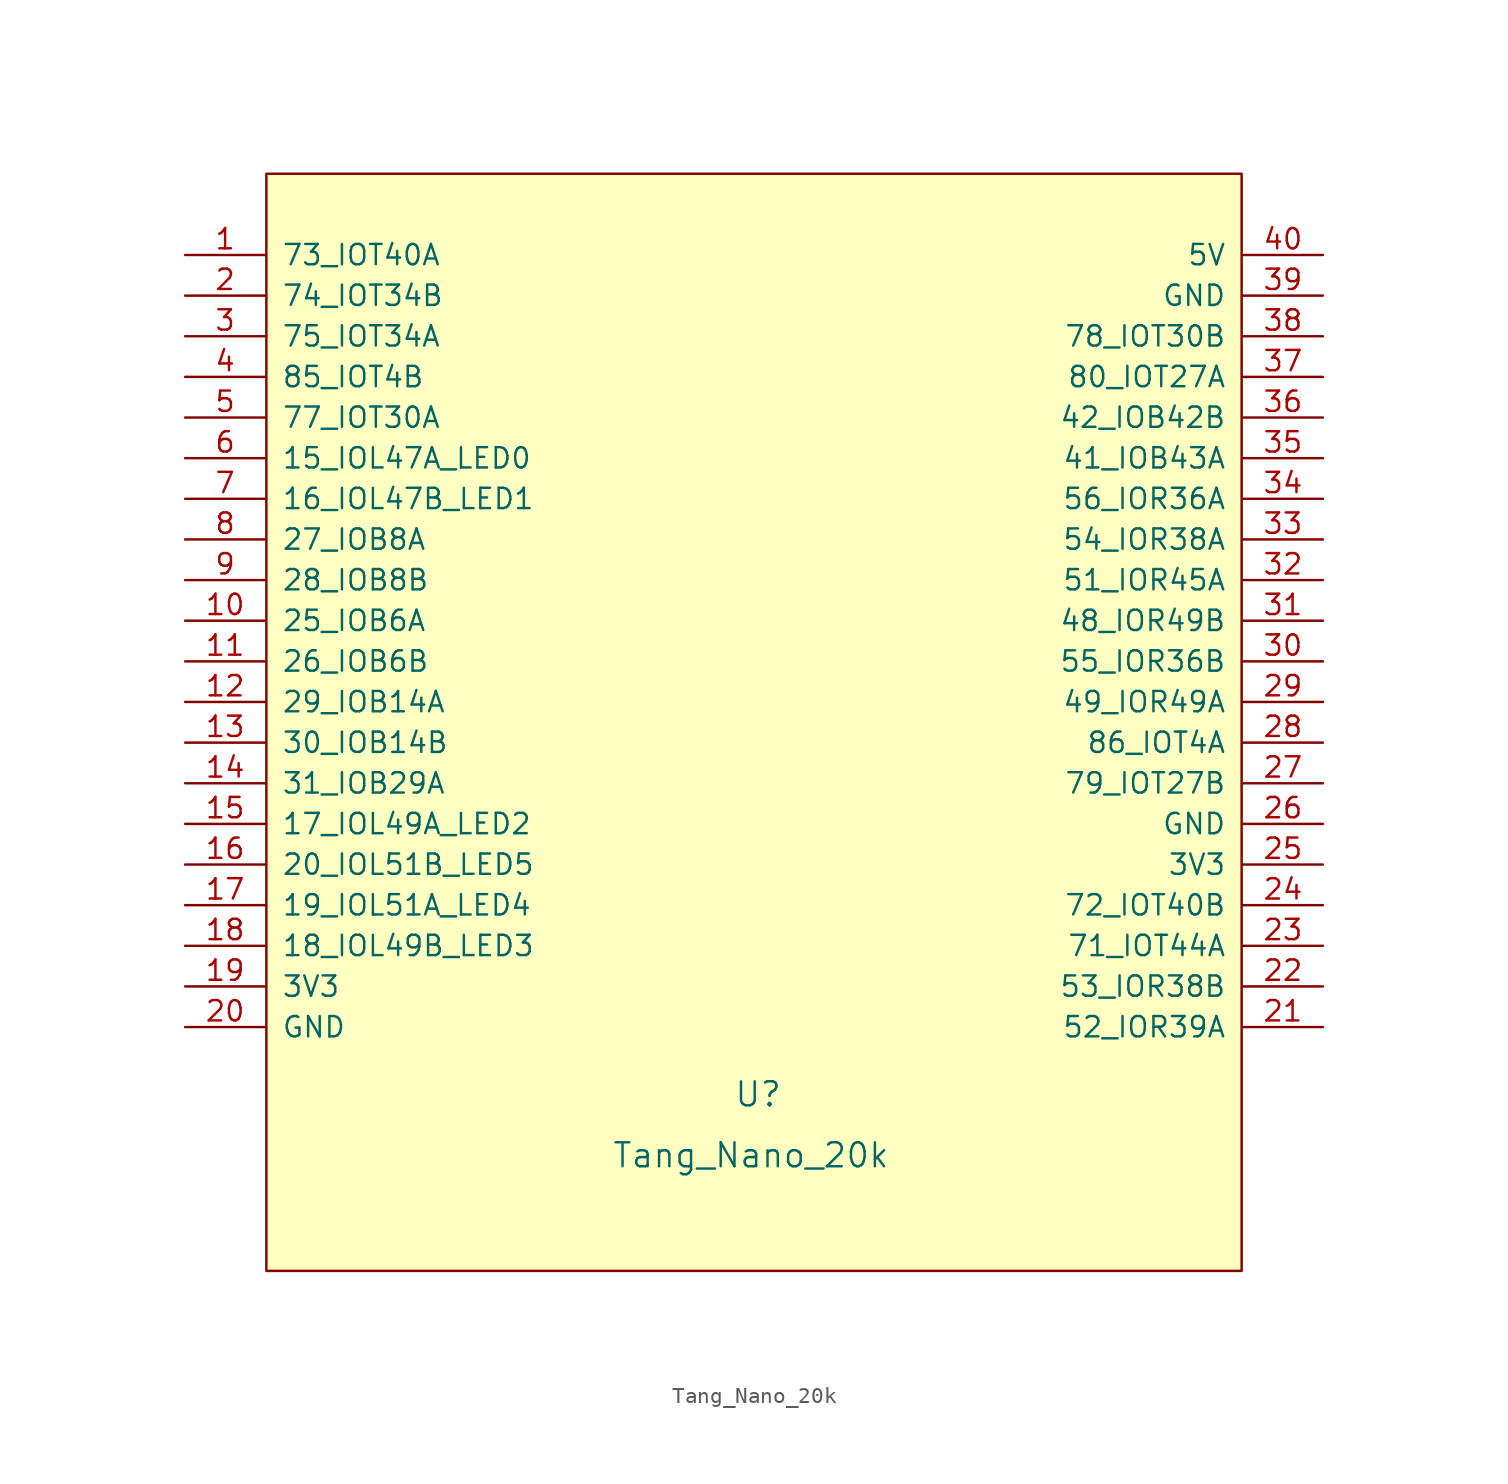
<source format=kicad_sym>
(kicad_symbol_lib
  (version 20220914)
  (generator kicad_symbol_editor)
  (symbol "Tang_Nano_20k"
    (pin_names
      (offset 1.016))
    (property "Reference" "U"
      (at -1.27 -25.4 0)
      (effects (font (size 1.499 1.499)) (justify left bottom)))
    (property "Value" "Tang_Nano_20k"
      (at -8.89 -29.21 0)
      (effects (font (size 1.499 1.499)) (justify left bottom)))
    (symbol "Tang_Nano_20k_1_0"
      (pin bidirectional line (at -35.56 27.94 0) (length 5) (name "73_IOT40A" (effects (font (size 1.27 1.27)))) (number "1" (effects (font (size 1.27 1.27)))))
      (pin bidirectional line (at -35.56 5.08 0) (length 5) (name "25_IOB6A" (effects (font (size 1.27 1.27)))) (number "10" (effects (font (size 1.27 1.27)))))
      (pin bidirectional line (at -35.56 2.54 0) (length 5) (name "26_IOB6B" (effects (font (size 1.27 1.27)))) (number "11" (effects (font (size 1.27 1.27)))))
      (pin bidirectional line (at -35.56 0 0) (length 5) (name "29_IOB14A" (effects (font (size 1.27 1.27)))) (number "12" (effects (font (size 1.27 1.27)))))
      (pin bidirectional line (at -35.56 -2.54 0) (length 5) (name "30_IOB14B" (effects (font (size 1.27 1.27)))) (number "13" (effects (font (size 1.27 1.27)))))
      (pin bidirectional line (at -35.56 -5.08 0) (length 5) (name "31_IOB29A" (effects (font (size 1.27 1.27)))) (number "14" (effects (font (size 1.27 1.27)))))
      (pin bidirectional line (at -35.56 -7.62 0) (length 5) (name "17_IOL49A_LED2" (effects (font (size 1.27 1.27)))) (number "15" (effects (font (size 1.27 1.27)))))
      (pin bidirectional line (at -35.56 -10.16 0) (length 5) (name "20_IOL51B_LED5" (effects (font (size 1.27 1.27)))) (number "16" (effects (font (size 1.27 1.27)))))
      (pin bidirectional line (at -35.56 -12.7 0) (length 5) (name "19_IOL51A_LED4" (effects (font (size 1.27 1.27)))) (number "17" (effects (font (size 1.27 1.27)))))
      (pin bidirectional line (at -35.56 -15.24 0) (length 5) (name "18_IOL49B_LED3" (effects (font (size 1.27 1.27)))) (number "18" (effects (font (size 1.27 1.27)))))
      (pin bidirectional line (at -35.56 -17.78 0) (length 5) (name "3V3" (effects (font (size 1.27 1.27)))) (number "19" (effects (font (size 1.27 1.27)))))
      (pin bidirectional line (at -35.56 25.4 0) (length 5) (name "74_IOT34B" (effects (font (size 1.27 1.27)))) (number "2" (effects (font (size 1.27 1.27)))))
      (pin bidirectional line (at -35.56 -20.32 0) (length 5) (name "GND" (effects (font (size 1.27 1.27)))) (number "20" (effects (font (size 1.27 1.27)))))
      (pin bidirectional line (at 35.56 -20.32 180) (length 5) (name "52_IOR39A" (effects (font (size 1.27 1.27)))) (number "21" (effects (font (size 1.27 1.27)))))
      (pin bidirectional line (at 35.56 -17.78 180) (length 5) (name "53_IOR38B" (effects (font (size 1.27 1.27)))) (number "22" (effects (font (size 1.27 1.27)))))
      (pin bidirectional line (at 35.56 -15.24 180) (length 5) (name "71_IOT44A" (effects (font (size 1.27 1.27)))) (number "23" (effects (font (size 1.27 1.27)))))
      (pin bidirectional line (at 35.56 -12.7 180) (length 5) (name "72_IOT40B" (effects (font (size 1.27 1.27)))) (number "24" (effects (font (size 1.27 1.27)))))
      (pin bidirectional line (at 35.56 -10.16 180) (length 5) (name "3V3" (effects (font (size 1.27 1.27)))) (number "25" (effects (font (size 1.27 1.27)))))
      (pin bidirectional line (at 35.56 -7.62 180) (length 5) (name "GND" (effects (font (size 1.27 1.27)))) (number "26" (effects (font (size 1.27 1.27)))))
      (pin bidirectional line (at 35.56 -5.08 180) (length 5) (name "79_IOT27B" (effects (font (size 1.27 1.27)))) (number "27" (effects (font (size 1.27 1.27)))))
      (pin bidirectional line (at 35.56 -2.54 180) (length 5) (name "86_IOT4A" (effects (font (size 1.27 1.27)))) (number "28" (effects (font (size 1.27 1.27)))))
      (pin bidirectional line (at 35.56 0 180) (length 5) (name "49_IOR49A" (effects (font (size 1.27 1.27)))) (number "29" (effects (font (size 1.27 1.27)))))
      (pin bidirectional line (at -35.56 22.86 0) (length 5) (name "75_IOT34A" (effects (font (size 1.27 1.27)))) (number "3" (effects (font (size 1.27 1.27)))))
      (pin bidirectional line (at 35.56 2.54 180) (length 5) (name "55_IOR36B" (effects (font (size 1.27 1.27)))) (number "30" (effects (font (size 1.27 1.27)))))
      (pin bidirectional line (at 35.56 5.08 180) (length 5) (name "48_IOR49B" (effects (font (size 1.27 1.27)))) (number "31" (effects (font (size 1.27 1.27)))))
      (pin bidirectional line (at 35.56 7.62 180) (length 5) (name "51_IOR45A" (effects (font (size 1.27 1.27)))) (number "32" (effects (font (size 1.27 1.27)))))
      (pin bidirectional line (at 35.56 10.16 180) (length 5) (name "54_IOR38A" (effects (font (size 1.27 1.27)))) (number "33" (effects (font (size 1.27 1.27)))))
      (pin bidirectional line (at 35.56 12.7 180) (length 5) (name "56_IOR36A" (effects (font (size 1.27 1.27)))) (number "34" (effects (font (size 1.27 1.27)))))
      (pin bidirectional line (at 35.56 15.24 180) (length 5) (name "41_IOB43A" (effects (font (size 1.27 1.27)))) (number "35" (effects (font (size 1.27 1.27)))))
      (pin bidirectional line (at 35.56 17.78 180) (length 5) (name "42_IOB42B" (effects (font (size 1.27 1.27)))) (number "36" (effects (font (size 1.27 1.27)))))
      (pin bidirectional line (at 35.56 20.32 180) (length 5) (name "80_IOT27A" (effects (font (size 1.27 1.27)))) (number "37" (effects (font (size 1.27 1.27)))))
      (pin bidirectional line (at 35.56 22.86 180) (length 5) (name "78_IOT30B" (effects (font (size 1.27 1.27)))) (number "38" (effects (font (size 1.27 1.27)))))
      (pin bidirectional line (at 35.56 25.4 180) (length 5) (name "GND" (effects (font (size 1.27 1.27)))) (number "39" (effects (font (size 1.27 1.27)))))
      (pin bidirectional line (at -35.56 20.32 0) (length 5) (name "85_IOT4B" (effects (font (size 1.27 1.27)))) (number "4" (effects (font (size 1.27 1.27)))))
      (pin bidirectional line (at 35.56 27.94 180) (length 5) (name "5V" (effects (font (size 1.27 1.27)))) (number "40" (effects (font (size 1.27 1.27)))))
      (pin bidirectional line (at -35.56 17.78 0) (length 5) (name "77_IOT30A" (effects (font (size 1.27 1.27)))) (number "5" (effects (font (size 1.27 1.27)))))
      (pin bidirectional line (at -35.56 15.24 0) (length 5) (name "15_IOL47A_LED0" (effects (font (size 1.27 1.27)))) (number "6" (effects (font (size 1.27 1.27)))))
      (pin bidirectional line (at -35.56 12.7 0) (length 5) (name "16_IOL47B_LED1" (effects (font (size 1.27 1.27)))) (number "7" (effects (font (size 1.27 1.27)))))
      (pin bidirectional line (at -35.56 10.16 0) (length 5) (name "27_IOB8A" (effects (font (size 1.27 1.27)))) (number "8" (effects (font (size 1.27 1.27)))))
      (pin bidirectional line (at -35.56 7.62 0) (length 5) (name "28_IOB8B" (effects (font (size 1.27 1.27)))) (number "9" (effects (font (size 1.27 1.27))))))
    (symbol "Tang_Nano_20k_1_1"
      (rectangle (start -30.48 33.02) (end 30.48 -35.56) (stroke (width 0) (type default)) (fill (type background))))))
</source>
